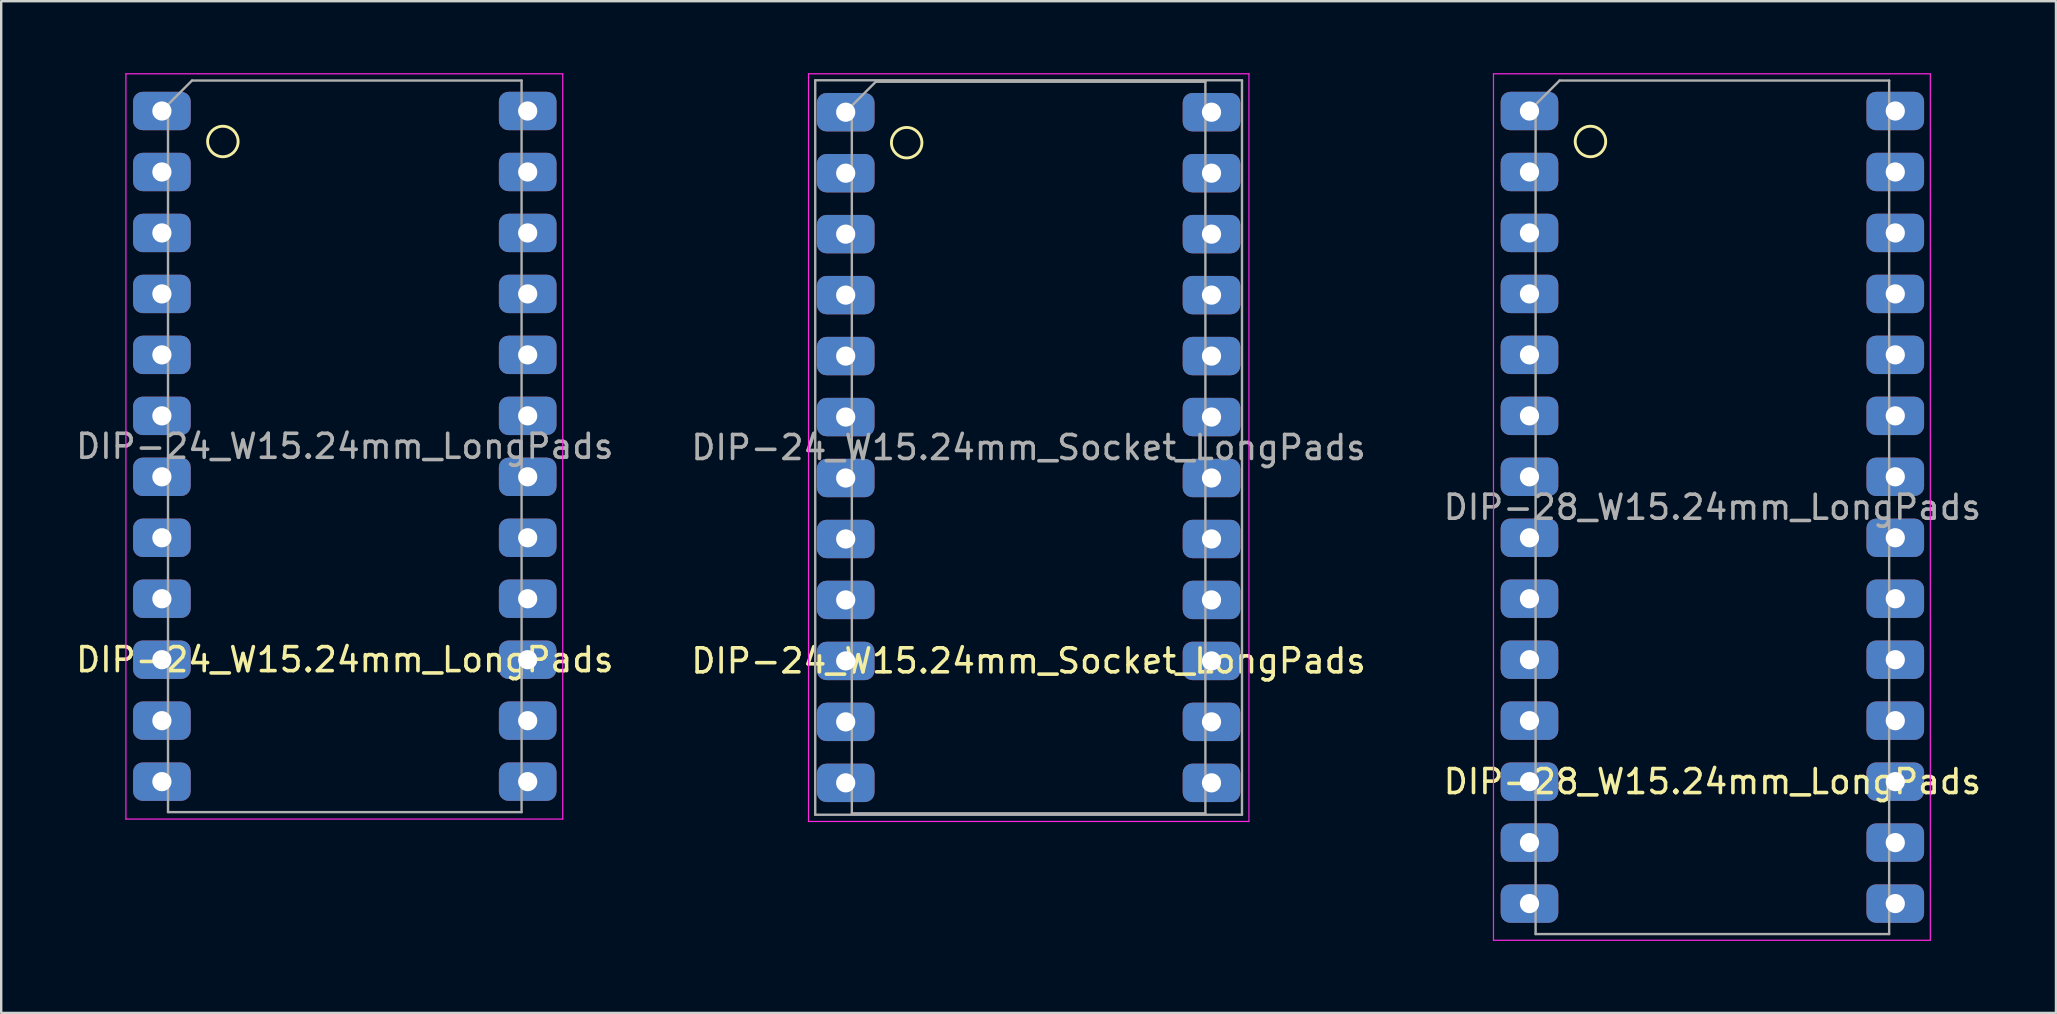
<source format=kicad_pcb>
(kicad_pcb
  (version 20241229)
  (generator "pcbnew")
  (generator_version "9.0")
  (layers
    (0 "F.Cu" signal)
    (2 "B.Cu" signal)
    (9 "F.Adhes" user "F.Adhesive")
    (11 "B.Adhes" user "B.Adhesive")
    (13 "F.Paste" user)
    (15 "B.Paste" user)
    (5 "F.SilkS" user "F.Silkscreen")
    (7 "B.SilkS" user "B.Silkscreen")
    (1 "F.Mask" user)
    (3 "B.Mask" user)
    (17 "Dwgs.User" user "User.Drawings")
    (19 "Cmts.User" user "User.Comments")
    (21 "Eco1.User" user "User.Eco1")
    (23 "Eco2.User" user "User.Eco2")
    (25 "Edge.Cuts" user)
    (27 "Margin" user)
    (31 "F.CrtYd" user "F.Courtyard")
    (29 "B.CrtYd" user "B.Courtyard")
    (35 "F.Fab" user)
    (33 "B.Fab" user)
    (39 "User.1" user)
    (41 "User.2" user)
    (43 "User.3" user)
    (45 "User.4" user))
  (footprint "DIP-24_W15.24mm_LongPads"
    (layer "F.Cu")
    (at 3.695 1.575)
    (property "Reference" "DIP-24_W15.24mm_LongPads" (at 7.62 22.86 0) (layer "F.SilkS") (effects (font (size 1 1) (thickness 0.15))))
    (attr through_hole)
    (fp_circle (center 2.54 1.27) (end 3.175 1.27) (stroke (width 0.12) (type solid)) (fill no) (layer "F.SilkS"))
    (fp_line (start -1.5 -1.55) (end -1.5 29.5) (stroke (width 0.05) (type solid)) (layer "F.CrtYd"))
    (fp_line (start -1.5 29.5) (end 16.7 29.5) (stroke (width 0.05) (type solid)) (layer "F.CrtYd"))
    (fp_line (start 16.7 -1.55) (end -1.5 -1.55) (stroke (width 0.05) (type solid)) (layer "F.CrtYd"))
    (fp_line (start 16.7 29.5) (end 16.7 -1.55) (stroke (width 0.05) (type solid)) (layer "F.CrtYd"))
    (fp_line (start 0.255 -0.27) (end 1.255 -1.27) (stroke (width 0.1) (type solid)) (layer "F.Fab"))
    (fp_line (start 0.255 29.21) (end 0.255 -0.27) (stroke (width 0.1) (type solid)) (layer "F.Fab"))
    (fp_line (start 1.255 -1.27) (end 14.985 -1.27) (stroke (width 0.1) (type solid)) (layer "F.Fab"))
    (fp_line (start 14.985 -1.27) (end 14.985 29.21) (stroke (width 0.1) (type solid)) (layer "F.Fab"))
    (fp_line (start 14.985 29.21) (end 0.255 29.21) (stroke (width 0.1) (type solid)) (layer "F.Fab"))
    (fp_text user "${REFERENCE}" (at 7.62 13.97 0) (layer "F.Fab") (effects (font (size 1 1) (thickness 0.15))))
    (pad "1" thru_hole roundrect (at 0 0) (size 2.4 1.6) (drill 0.8) (layers "*.Cu" "*.Mask") (roundrect_rratio 0.25))
    (pad "2" thru_hole roundrect (at 0 2.54) (size 2.4 1.6) (drill 0.8) (layers "*.Cu" "*.Mask") (roundrect_rratio 0.25))
    (pad "3" thru_hole roundrect (at 0 5.08) (size 2.4 1.6) (drill 0.8) (layers "*.Cu" "*.Mask") (roundrect_rratio 0.25))
    (pad "4" thru_hole roundrect (at 0 7.62) (size 2.4 1.6) (drill 0.8) (layers "*.Cu" "*.Mask") (roundrect_rratio 0.25))
    (pad "5" thru_hole roundrect (at 0 10.16) (size 2.4 1.6) (drill 0.8) (layers "*.Cu" "*.Mask") (roundrect_rratio 0.25))
    (pad "6" thru_hole roundrect (at 0 12.7) (size 2.4 1.6) (drill 0.8) (layers "*.Cu" "*.Mask") (roundrect_rratio 0.25))
    (pad "7" thru_hole roundrect (at 0 15.24) (size 2.4 1.6) (drill 0.8) (layers "*.Cu" "*.Mask") (roundrect_rratio 0.25))
    (pad "8" thru_hole roundrect (at 0 17.78) (size 2.4 1.6) (drill 0.8) (layers "*.Cu" "*.Mask") (roundrect_rratio 0.25))
    (pad "9" thru_hole roundrect (at 0 20.32) (size 2.4 1.6) (drill 0.8) (layers "*.Cu" "*.Mask") (roundrect_rratio 0.25))
    (pad "10" thru_hole roundrect (at 0 22.86) (size 2.4 1.6) (drill 0.8) (layers "*.Cu" "*.Mask") (roundrect_rratio 0.25))
    (pad "11" thru_hole roundrect (at 0 25.4) (size 2.4 1.6) (drill 0.8) (layers "*.Cu" "*.Mask") (roundrect_rratio 0.25))
    (pad "12" thru_hole roundrect (at 0 27.94) (size 2.4 1.6) (drill 0.8) (layers "*.Cu" "*.Mask") (roundrect_rratio 0.25))
    (pad "13" thru_hole roundrect (at 15.24 27.94) (size 2.4 1.6) (drill 0.8) (layers "*.Cu" "*.Mask") (roundrect_rratio 0.25))
    (pad "14" thru_hole roundrect (at 15.24 25.4) (size 2.4 1.6) (drill 0.8) (layers "*.Cu" "*.Mask") (roundrect_rratio 0.25))
    (pad "15" thru_hole roundrect (at 15.24 22.86) (size 2.4 1.6) (drill 0.8) (layers "*.Cu" "*.Mask") (roundrect_rratio 0.25))
    (pad "16" thru_hole roundrect (at 15.24 20.32) (size 2.4 1.6) (drill 0.8) (layers "*.Cu" "*.Mask") (roundrect_rratio 0.25))
    (pad "17" thru_hole roundrect (at 15.24 17.78) (size 2.4 1.6) (drill 0.8) (layers "*.Cu" "*.Mask") (roundrect_rratio 0.25))
    (pad "18" thru_hole roundrect (at 15.24 15.24) (size 2.4 1.6) (drill 0.8) (layers "*.Cu" "*.Mask") (roundrect_rratio 0.25))
    (pad "19" thru_hole roundrect (at 15.24 12.7) (size 2.4 1.6) (drill 0.8) (layers "*.Cu" "*.Mask") (roundrect_rratio 0.25))
    (pad "20" thru_hole roundrect (at 15.24 10.16) (size 2.4 1.6) (drill 0.8) (layers "*.Cu" "*.Mask") (roundrect_rratio 0.25))
    (pad "21" thru_hole roundrect (at 15.24 7.62) (size 2.4 1.6) (drill 0.8) (layers "*.Cu" "*.Mask") (roundrect_rratio 0.25))
    (pad "22" thru_hole roundrect (at 15.24 5.08) (size 2.4 1.6) (drill 0.8) (layers "*.Cu" "*.Mask") (roundrect_rratio 0.25))
    (pad "23" thru_hole roundrect (at 15.24 2.54) (size 2.4 1.6) (drill 0.8) (layers "*.Cu" "*.Mask") (roundrect_rratio 0.25))
    (pad "24" thru_hole roundrect (at 15.24 0) (size 2.4 1.6) (drill 0.8) (layers "*.Cu" "*.Mask") (roundrect_rratio 0.25)))
  (footprint "DIP-24_W15.24mm_Socket_LongPads"
    (layer "F.Cu")
    (at 32.184 1.625)
    (property "Reference" "DIP-24_W15.24mm_Socket_LongPads" (at 7.62 22.86 0) (layer "F.SilkS") (effects (font (size 1 1) (thickness 0.15))))
    (attr through_hole)
    (fp_circle (center 2.54 1.27) (end 3.175 1.27) (stroke (width 0.12) (type solid)) (fill no) (layer "F.SilkS"))
    (fp_line (start -1.55 -1.6) (end -1.55 29.55) (stroke (width 0.05) (type solid)) (layer "F.CrtYd"))
    (fp_line (start -1.55 29.55) (end 16.8 29.55) (stroke (width 0.05) (type solid)) (layer "F.CrtYd"))
    (fp_line (start 16.8 -1.6) (end -1.55 -1.6) (stroke (width 0.05) (type solid)) (layer "F.CrtYd"))
    (fp_line (start 16.8 29.55) (end 16.8 -1.6) (stroke (width 0.05) (type solid)) (layer "F.CrtYd"))
    (fp_line (start -1.27 -1.33) (end -1.27 29.27) (stroke (width 0.1) (type solid)) (layer "F.Fab"))
    (fp_line (start -1.27 29.27) (end 16.51 29.27) (stroke (width 0.1) (type solid)) (layer "F.Fab"))
    (fp_line (start 0.255 -0.27) (end 1.255 -1.27) (stroke (width 0.1) (type solid)) (layer "F.Fab"))
    (fp_line (start 0.255 29.21) (end 0.255 -0.27) (stroke (width 0.1) (type solid)) (layer "F.Fab"))
    (fp_line (start 1.255 -1.27) (end 14.985 -1.27) (stroke (width 0.1) (type solid)) (layer "F.Fab"))
    (fp_line (start 14.985 -1.27) (end 14.985 29.21) (stroke (width 0.1) (type solid)) (layer "F.Fab"))
    (fp_line (start 14.985 29.21) (end 0.255 29.21) (stroke (width 0.1) (type solid)) (layer "F.Fab"))
    (fp_line (start 16.51 -1.33) (end -1.27 -1.33) (stroke (width 0.1) (type solid)) (layer "F.Fab"))
    (fp_line (start 16.51 29.27) (end 16.51 -1.33) (stroke (width 0.1) (type solid)) (layer "F.Fab"))
    (fp_text user "${REFERENCE}" (at 7.62 13.97 0) (layer "F.Fab") (effects (font (size 1 1) (thickness 0.15))))
    (pad "1" thru_hole roundrect (at 0 0) (size 2.4 1.6) (drill 0.8) (layers "*.Cu" "*.Mask") (roundrect_rratio 0.25))
    (pad "2" thru_hole roundrect (at 0 2.54) (size 2.4 1.6) (drill 0.8) (layers "*.Cu" "*.Mask") (roundrect_rratio 0.25))
    (pad "3" thru_hole roundrect (at 0 5.08) (size 2.4 1.6) (drill 0.8) (layers "*.Cu" "*.Mask") (roundrect_rratio 0.25))
    (pad "4" thru_hole roundrect (at 0 7.62) (size 2.4 1.6) (drill 0.8) (layers "*.Cu" "*.Mask") (roundrect_rratio 0.25))
    (pad "5" thru_hole roundrect (at 0 10.16) (size 2.4 1.6) (drill 0.8) (layers "*.Cu" "*.Mask") (roundrect_rratio 0.25))
    (pad "6" thru_hole roundrect (at 0 12.7) (size 2.4 1.6) (drill 0.8) (layers "*.Cu" "*.Mask") (roundrect_rratio 0.25))
    (pad "7" thru_hole roundrect (at 0 15.24) (size 2.4 1.6) (drill 0.8) (layers "*.Cu" "*.Mask") (roundrect_rratio 0.25))
    (pad "8" thru_hole roundrect (at 0 17.78) (size 2.4 1.6) (drill 0.8) (layers "*.Cu" "*.Mask") (roundrect_rratio 0.25))
    (pad "9" thru_hole roundrect (at 0 20.32) (size 2.4 1.6) (drill 0.8) (layers "*.Cu" "*.Mask") (roundrect_rratio 0.25))
    (pad "10" thru_hole roundrect (at 0 22.86) (size 2.4 1.6) (drill 0.8) (layers "*.Cu" "*.Mask") (roundrect_rratio 0.25))
    (pad "11" thru_hole roundrect (at 0 25.4) (size 2.4 1.6) (drill 0.8) (layers "*.Cu" "*.Mask") (roundrect_rratio 0.25))
    (pad "12" thru_hole roundrect (at 0 27.94) (size 2.4 1.6) (drill 0.8) (layers "*.Cu" "*.Mask") (roundrect_rratio 0.25))
    (pad "13" thru_hole roundrect (at 15.24 27.94) (size 2.4 1.6) (drill 0.8) (layers "*.Cu" "*.Mask") (roundrect_rratio 0.25))
    (pad "14" thru_hole roundrect (at 15.24 25.4) (size 2.4 1.6) (drill 0.8) (layers "*.Cu" "*.Mask") (roundrect_rratio 0.25))
    (pad "15" thru_hole roundrect (at 15.24 22.86) (size 2.4 1.6) (drill 0.8) (layers "*.Cu" "*.Mask") (roundrect_rratio 0.25))
    (pad "16" thru_hole roundrect (at 15.24 20.32) (size 2.4 1.6) (drill 0.8) (layers "*.Cu" "*.Mask") (roundrect_rratio 0.25))
    (pad "17" thru_hole roundrect (at 15.24 17.78) (size 2.4 1.6) (drill 0.8) (layers "*.Cu" "*.Mask") (roundrect_rratio 0.25))
    (pad "18" thru_hole roundrect (at 15.24 15.24) (size 2.4 1.6) (drill 0.8) (layers "*.Cu" "*.Mask") (roundrect_rratio 0.25))
    (pad "19" thru_hole roundrect (at 15.24 12.7) (size 2.4 1.6) (drill 0.8) (layers "*.Cu" "*.Mask") (roundrect_rratio 0.25))
    (pad "20" thru_hole roundrect (at 15.24 10.16) (size 2.4 1.6) (drill 0.8) (layers "*.Cu" "*.Mask") (roundrect_rratio 0.25))
    (pad "21" thru_hole roundrect (at 15.24 7.62) (size 2.4 1.6) (drill 0.8) (layers "*.Cu" "*.Mask") (roundrect_rratio 0.25))
    (pad "22" thru_hole roundrect (at 15.24 5.08) (size 2.4 1.6) (drill 0.8) (layers "*.Cu" "*.Mask") (roundrect_rratio 0.25))
    (pad "23" thru_hole roundrect (at 15.24 2.54) (size 2.4 1.6) (drill 0.8) (layers "*.Cu" "*.Mask") (roundrect_rratio 0.25))
    (pad "24" thru_hole roundrect (at 15.24 0) (size 2.4 1.6) (drill 0.8) (layers "*.Cu" "*.Mask") (roundrect_rratio 0.25)))
  (footprint "DIP-28_W15.24mm_LongPads"
    (layer "F.Cu")
    (at 60.672 1.575)
    (property "Reference" "DIP-28_W15.24mm_LongPads" (at 7.62 27.94 0) (layer "F.SilkS") (effects (font (size 1 1) (thickness 0.15))))
    (attr through_hole)
    (fp_circle (center 2.54 1.27) (end 3.175 1.27) (stroke (width 0.12) (type solid)) (fill no) (layer "F.SilkS"))
    (fp_line (start -1.5 -1.55) (end -1.5 34.55) (stroke (width 0.05) (type solid)) (layer "F.CrtYd"))
    (fp_line (start -1.5 34.55) (end 16.7 34.55) (stroke (width 0.05) (type solid)) (layer "F.CrtYd"))
    (fp_line (start 16.7 -1.55) (end -1.5 -1.55) (stroke (width 0.05) (type solid)) (layer "F.CrtYd"))
    (fp_line (start 16.7 34.55) (end 16.7 -1.55) (stroke (width 0.05) (type solid)) (layer "F.CrtYd"))
    (fp_line (start 0.255 -0.27) (end 1.255 -1.27) (stroke (width 0.1) (type solid)) (layer "F.Fab"))
    (fp_line (start 0.255 34.29) (end 0.255 -0.27) (stroke (width 0.1) (type solid)) (layer "F.Fab"))
    (fp_line (start 1.255 -1.27) (end 14.985 -1.27) (stroke (width 0.1) (type solid)) (layer "F.Fab"))
    (fp_line (start 14.985 -1.27) (end 14.985 34.29) (stroke (width 0.1) (type solid)) (layer "F.Fab"))
    (fp_line (start 14.985 34.29) (end 0.255 34.29) (stroke (width 0.1) (type solid)) (layer "F.Fab"))
    (fp_text user "${REFERENCE}" (at 7.62 16.51 0) (layer "F.Fab") (effects (font (size 1 1) (thickness 0.15))))
    (pad "1" thru_hole roundrect (at 0 0) (size 2.4 1.6) (drill 0.8) (layers "*.Cu" "*.Mask") (roundrect_rratio 0.25))
    (pad "2" thru_hole roundrect (at 0 2.54) (size 2.4 1.6) (drill 0.8) (layers "*.Cu" "*.Mask") (roundrect_rratio 0.25))
    (pad "3" thru_hole roundrect (at 0 5.08) (size 2.4 1.6) (drill 0.8) (layers "*.Cu" "*.Mask") (roundrect_rratio 0.25))
    (pad "4" thru_hole roundrect (at 0 7.62) (size 2.4 1.6) (drill 0.8) (layers "*.Cu" "*.Mask") (roundrect_rratio 0.25))
    (pad "5" thru_hole roundrect (at 0 10.16) (size 2.4 1.6) (drill 0.8) (layers "*.Cu" "*.Mask") (roundrect_rratio 0.25))
    (pad "6" thru_hole roundrect (at 0 12.7) (size 2.4 1.6) (drill 0.8) (layers "*.Cu" "*.Mask") (roundrect_rratio 0.25))
    (pad "7" thru_hole roundrect (at 0 15.24) (size 2.4 1.6) (drill 0.8) (layers "*.Cu" "*.Mask") (roundrect_rratio 0.25))
    (pad "8" thru_hole roundrect (at 0 17.78) (size 2.4 1.6) (drill 0.8) (layers "*.Cu" "*.Mask") (roundrect_rratio 0.25))
    (pad "9" thru_hole roundrect (at 0 20.32) (size 2.4 1.6) (drill 0.8) (layers "*.Cu" "*.Mask") (roundrect_rratio 0.25))
    (pad "10" thru_hole roundrect (at 0 22.86) (size 2.4 1.6) (drill 0.8) (layers "*.Cu" "*.Mask") (roundrect_rratio 0.25))
    (pad "11" thru_hole roundrect (at 0 25.4) (size 2.4 1.6) (drill 0.8) (layers "*.Cu" "*.Mask") (roundrect_rratio 0.25))
    (pad "12" thru_hole roundrect (at 0 27.94) (size 2.4 1.6) (drill 0.8) (layers "*.Cu" "*.Mask") (roundrect_rratio 0.25))
    (pad "13" thru_hole roundrect (at 0 30.48) (size 2.4 1.6) (drill 0.8) (layers "*.Cu" "*.Mask") (roundrect_rratio 0.25))
    (pad "14" thru_hole roundrect (at 0 33.02) (size 2.4 1.6) (drill 0.8) (layers "*.Cu" "*.Mask") (roundrect_rratio 0.25))
    (pad "15" thru_hole roundrect (at 15.24 33.02) (size 2.4 1.6) (drill 0.8) (layers "*.Cu" "*.Mask") (roundrect_rratio 0.25))
    (pad "16" thru_hole roundrect (at 15.24 30.48) (size 2.4 1.6) (drill 0.8) (layers "*.Cu" "*.Mask") (roundrect_rratio 0.25))
    (pad "17" thru_hole roundrect (at 15.24 27.94) (size 2.4 1.6) (drill 0.8) (layers "*.Cu" "*.Mask") (roundrect_rratio 0.25))
    (pad "18" thru_hole roundrect (at 15.24 25.4) (size 2.4 1.6) (drill 0.8) (layers "*.Cu" "*.Mask") (roundrect_rratio 0.25))
    (pad "19" thru_hole roundrect (at 15.24 22.86) (size 2.4 1.6) (drill 0.8) (layers "*.Cu" "*.Mask") (roundrect_rratio 0.25))
    (pad "20" thru_hole roundrect (at 15.24 20.32) (size 2.4 1.6) (drill 0.8) (layers "*.Cu" "*.Mask") (roundrect_rratio 0.25))
    (pad "21" thru_hole roundrect (at 15.24 17.78) (size 2.4 1.6) (drill 0.8) (layers "*.Cu" "*.Mask") (roundrect_rratio 0.25))
    (pad "22" thru_hole roundrect (at 15.24 15.24) (size 2.4 1.6) (drill 0.8) (layers "*.Cu" "*.Mask") (roundrect_rratio 0.25))
    (pad "23" thru_hole roundrect (at 15.24 12.7) (size 2.4 1.6) (drill 0.8) (layers "*.Cu" "*.Mask") (roundrect_rratio 0.25))
    (pad "24" thru_hole roundrect (at 15.24 10.16) (size 2.4 1.6) (drill 0.8) (layers "*.Cu" "*.Mask") (roundrect_rratio 0.25))
    (pad "25" thru_hole roundrect (at 15.24 7.62) (size 2.4 1.6) (drill 0.8) (layers "*.Cu" "*.Mask") (roundrect_rratio 0.25))
    (pad "26" thru_hole roundrect (at 15.24 5.08) (size 2.4 1.6) (drill 0.8) (layers "*.Cu" "*.Mask") (roundrect_rratio 0.25))
    (pad "27" thru_hole roundrect (at 15.24 2.54) (size 2.4 1.6) (drill 0.8) (layers "*.Cu" "*.Mask") (roundrect_rratio 0.25))
    (pad "28" thru_hole roundrect (at 15.24 0) (size 2.4 1.6) (drill 0.8) (layers "*.Cu" "*.Mask") (roundrect_rratio 0.25)))
  (gr_rect
    (start -3 -3)
    (end 82.607 39.15)
    (stroke (width 0.1) (type default))
    (fill no)
    (layer "Edge.Cuts")))
</source>
